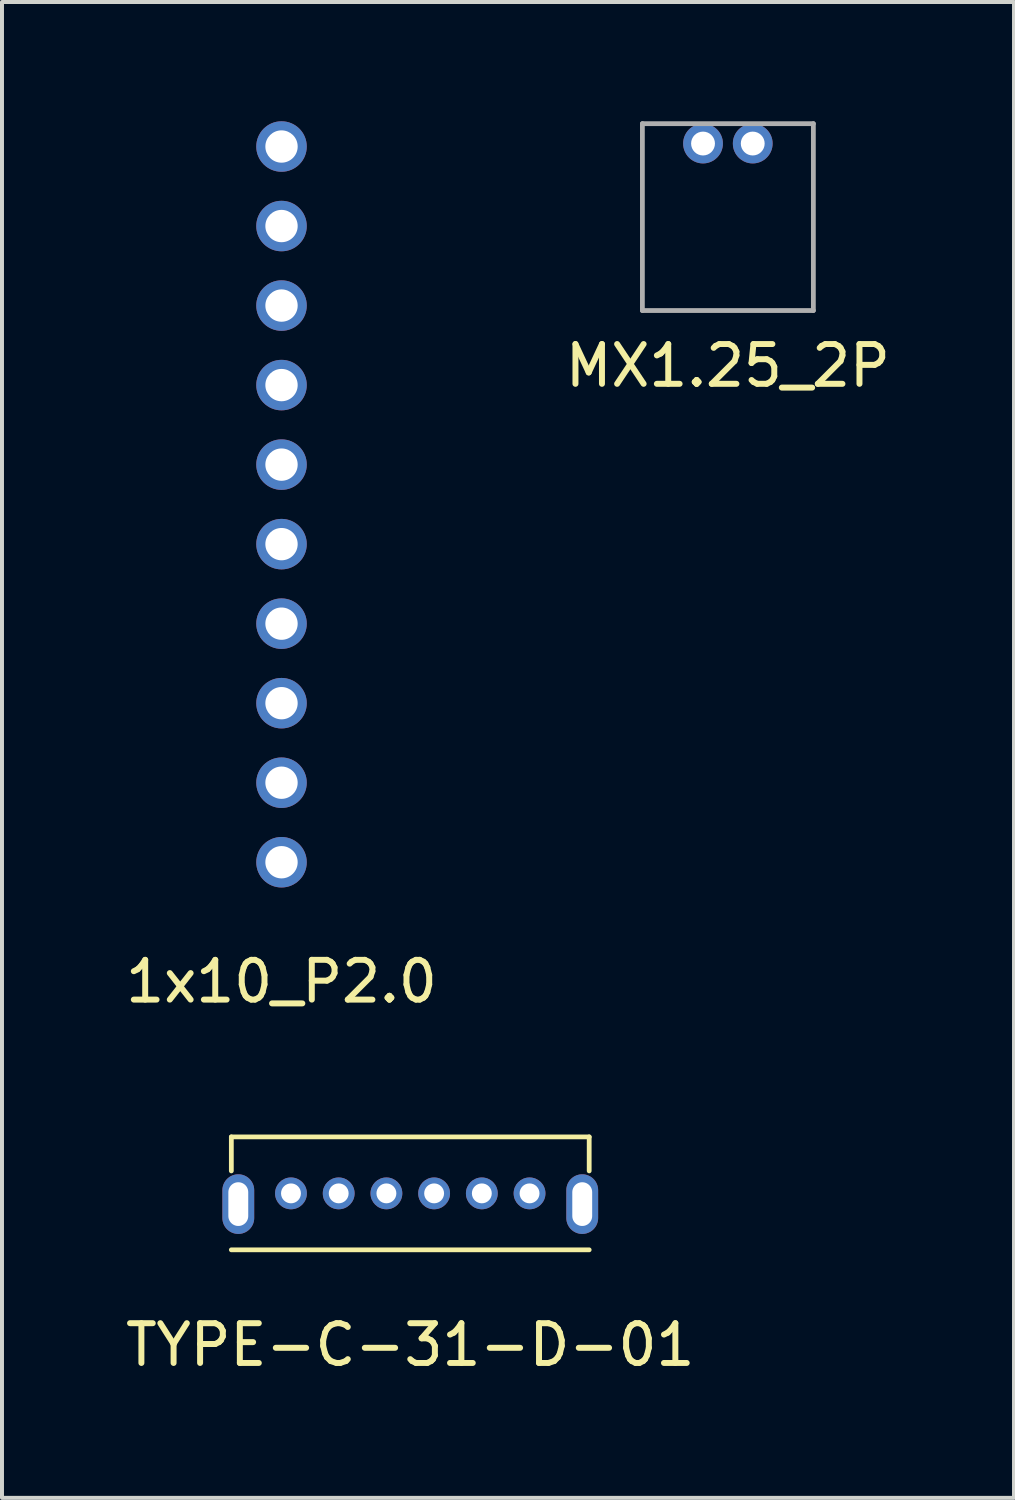
<source format=kicad_pcb>
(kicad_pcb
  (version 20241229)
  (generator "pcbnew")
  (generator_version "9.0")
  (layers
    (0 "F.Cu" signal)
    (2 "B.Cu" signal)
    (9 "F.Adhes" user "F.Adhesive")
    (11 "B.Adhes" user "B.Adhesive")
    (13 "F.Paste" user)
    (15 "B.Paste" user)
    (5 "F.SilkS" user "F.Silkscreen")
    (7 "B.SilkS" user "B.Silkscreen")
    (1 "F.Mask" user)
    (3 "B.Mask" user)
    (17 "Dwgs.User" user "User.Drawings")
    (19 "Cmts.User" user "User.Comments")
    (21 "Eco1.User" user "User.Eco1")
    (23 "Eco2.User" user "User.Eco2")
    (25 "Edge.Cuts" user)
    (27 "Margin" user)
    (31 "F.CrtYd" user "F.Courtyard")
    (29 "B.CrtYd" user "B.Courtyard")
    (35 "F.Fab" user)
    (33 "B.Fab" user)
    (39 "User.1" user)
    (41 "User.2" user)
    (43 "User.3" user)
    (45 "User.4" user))
  (footprint "TYPE-C-31-D-01"
    (layer "F.Cu")
    (at 7.268 27.098)
    (property "Reference" "TYPE-C-31-D-01" (at 0 3.675 0) (layer "F.SilkS") (effects (font (size 1 1) (thickness 0.15))))
    (attr through_hole)
    (fp_line (start -4.5 -1.555) (end -4.5 -0.7) (stroke (width 0.12) (type solid)) (layer "F.SilkS"))
    (fp_line (start -4.5 -1.555) (end 4.5 -1.555) (stroke (width 0.12) (type solid)) (layer "F.SilkS"))
    (fp_line (start -4.5 1.285) (end 4.5 1.285) (stroke (width 0.12) (type solid)) (layer "F.SilkS"))
    (fp_line (start 4.5 -1.555) (end 4.5 -0.7) (stroke (width 0.12) (type solid)) (layer "F.SilkS"))
    (pad "1" thru_hole circle (at -3 -0.135) (size 0.8 0.8) (drill 0.5) (layers "*.Cu" "*.Mask"))
    (pad "2" thru_hole circle (at -1.8 -0.135) (size 0.8 0.8) (drill 0.5) (layers "*.Cu" "*.Mask"))
    (pad "3" thru_hole circle (at -0.6 -0.135) (size 0.8 0.8) (drill 0.5) (layers "*.Cu" "*.Mask"))
    (pad "4" thru_hole circle (at 0.6 -0.135) (size 0.8 0.8) (drill 0.5) (layers "*.Cu" "*.Mask"))
    (pad "5" thru_hole circle (at 1.8 -0.135) (size 0.8 0.8) (drill 0.5) (layers "*.Cu" "*.Mask"))
    (pad "6" thru_hole circle (at 3 -0.135) (size 0.8 0.8) (drill 0.5) (layers "*.Cu" "*.Mask"))
    (pad "7" thru_hole oval (at -4.325 0.135) (size 0.8 1.5) (drill oval 0.5 1.1) (layers "*.Cu" "*.Mask"))
    (pad "7" thru_hole oval (at 4.325 0.135) (size 0.8 1.5) (drill oval 0.5 1.1) (layers "*.Cu" "*.Mask")))
  (footprint "MX1.25_2P"
    (layer "F.Cu")
    (at 15.256 0.56)
    (property "Reference" "MX1.25_2P" (at 0 5.588 0) (layer "F.SilkS") (effects (font (size 1 1) (thickness 0.15))))
    (attr through_hole)
    (fp_line (start -2.15 -0.5) (end -2.15 4.2) (stroke (width 0.12) (type solid)) (layer "F.Fab"))
    (fp_line (start -2.15 -0.5) (end 2.15 -0.5) (stroke (width 0.12) (type solid)) (layer "F.Fab"))
    (fp_line (start -2.15 4.2) (end 2.15 4.2) (stroke (width 0.12) (type solid)) (layer "F.Fab"))
    (fp_line (start 2.15 -0.5) (end 2.15 4.2) (stroke (width 0.12) (type solid)) (layer "F.Fab"))
    (pad "1" thru_hole circle (at -0.625 0) (size 1 1) (drill 0.6) (layers "*.Cu" "*.Mask"))
    (pad "2" thru_hole circle (at 0.625 0) (size 1 1) (drill 0.6) (layers "*.Cu" "*.Mask")))
  (footprint "1x10_P2.0"
    (layer "F.Cu")
    (at 4.03 9.635)
    (property "Reference" "1x10_P2.0" (at 0 12 0) (layer "F.SilkS") (effects (font (size 1 1) (thickness 0.15))))
    (attr through_hole)
    (pad "1" thru_hole circle (at 0 -9) (size 1.27 1.27) (drill 0.813) (layers "*.Cu" "*.Mask"))
    (pad "2" thru_hole circle (at 0 -7) (size 1.27 1.27) (drill 0.813) (layers "*.Cu" "*.Mask"))
    (pad "3" thru_hole circle (at 0 -5) (size 1.27 1.27) (drill 0.813) (layers "*.Cu" "*.Mask"))
    (pad "4" thru_hole circle (at 0 -3) (size 1.27 1.27) (drill 0.813) (layers "*.Cu" "*.Mask"))
    (pad "5" thru_hole circle (at 0 -1) (size 1.27 1.27) (drill 0.813) (layers "*.Cu" "*.Mask"))
    (pad "6" thru_hole circle (at 0 1) (size 1.27 1.27) (drill 0.813) (layers "*.Cu" "*.Mask"))
    (pad "7" thru_hole circle (at 0 3) (size 1.27 1.27) (drill 0.813) (layers "*.Cu" "*.Mask"))
    (pad "8" thru_hole circle (at 0 5) (size 1.27 1.27) (drill 0.813) (layers "*.Cu" "*.Mask"))
    (pad "9" thru_hole circle (at 0 7) (size 1.27 1.27) (drill 0.813) (layers "*.Cu" "*.Mask"))
    (pad "10" thru_hole circle (at 0 9) (size 1.27 1.27) (drill 0.813) (layers "*.Cu" "*.Mask")))
  (gr_rect
    (start -3 -3)
    (end 22.452 34.621)
    (stroke (width 0.1) (type default))
    (fill no)
    (layer "Edge.Cuts")))
</source>
